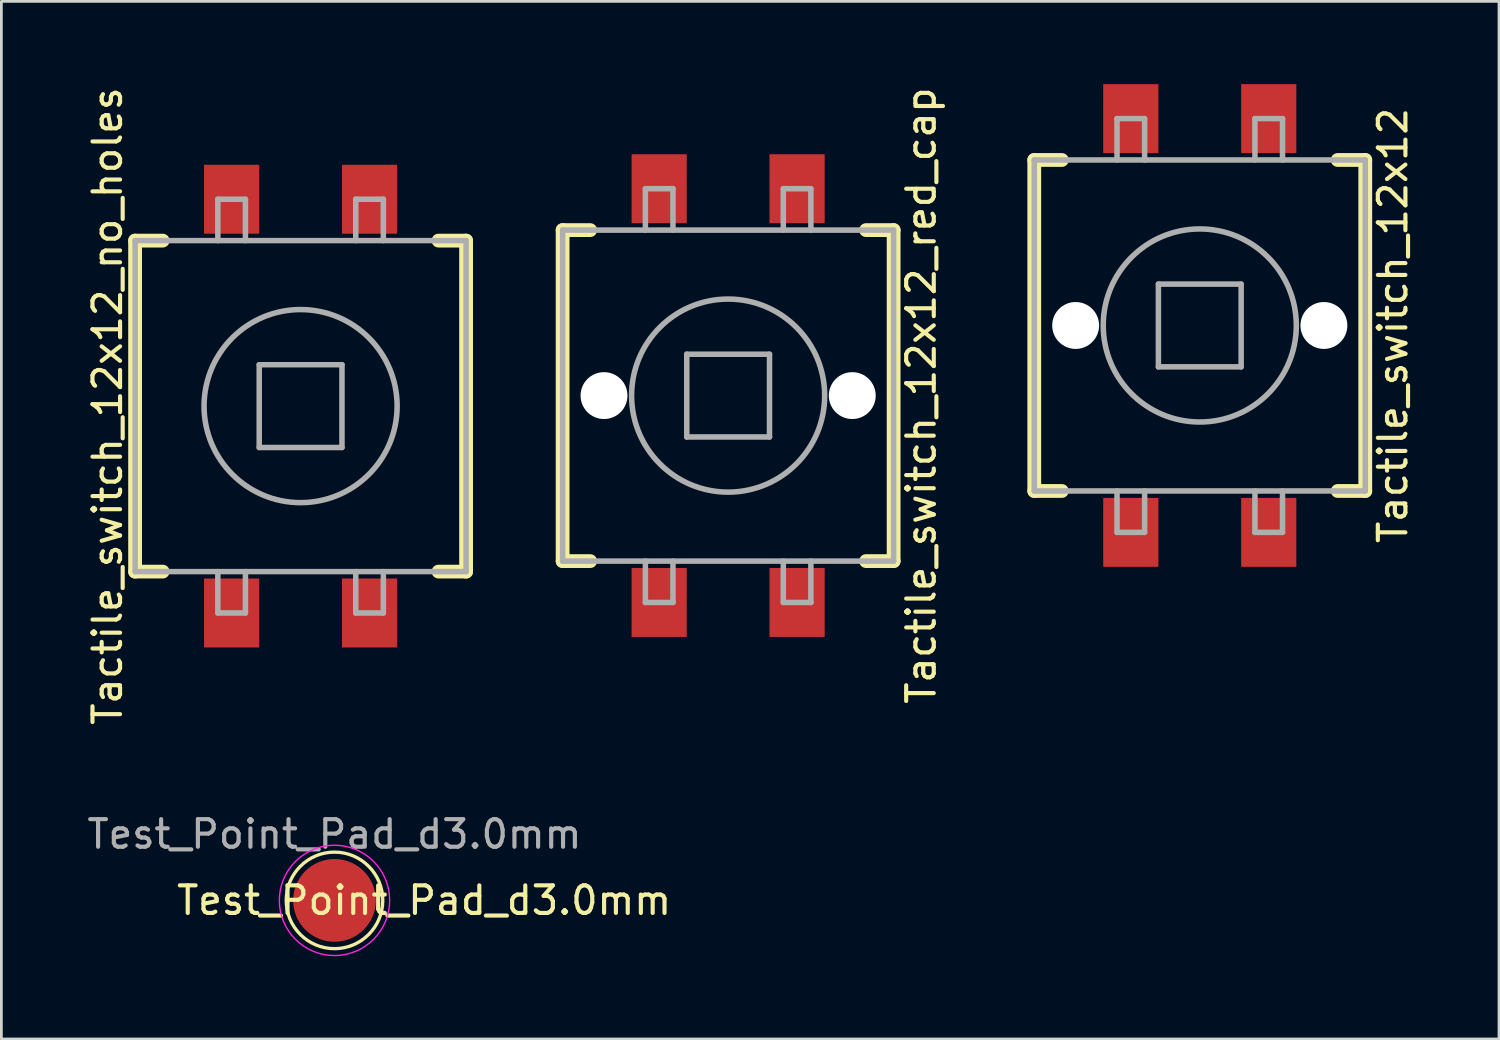
<source format=kicad_pcb>
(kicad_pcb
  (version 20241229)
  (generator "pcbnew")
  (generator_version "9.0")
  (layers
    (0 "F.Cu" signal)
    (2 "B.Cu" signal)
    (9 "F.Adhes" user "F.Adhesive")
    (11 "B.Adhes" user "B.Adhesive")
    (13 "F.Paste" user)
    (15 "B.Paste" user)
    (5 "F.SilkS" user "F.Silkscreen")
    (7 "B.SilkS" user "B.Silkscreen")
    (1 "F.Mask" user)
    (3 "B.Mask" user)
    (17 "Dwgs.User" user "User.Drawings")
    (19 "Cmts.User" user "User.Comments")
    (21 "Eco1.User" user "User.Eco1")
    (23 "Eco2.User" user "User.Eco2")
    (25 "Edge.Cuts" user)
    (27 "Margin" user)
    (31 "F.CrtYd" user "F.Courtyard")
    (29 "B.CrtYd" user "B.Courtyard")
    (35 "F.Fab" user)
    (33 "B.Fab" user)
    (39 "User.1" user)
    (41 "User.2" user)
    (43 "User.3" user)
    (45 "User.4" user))
  (footprint "Tactile_switch_12x12_no_holes"
    (layer "F.Cu")
    (at 7.848 11.673)
    (property "Reference" "Tactile_switch_12x12_no_holes" (at -7 0 90) (layer "F.SilkS") (effects (font (size 1 1) (thickness 0.15))))
    (attr through_hole)
    (fp_line (start -6 -6) (end -6 6) (stroke (width 0.5) (type solid)) (layer "F.SilkS"))
    (fp_line (start -6 -6) (end -5 -6) (stroke (width 0.5) (type solid)) (layer "F.SilkS"))
    (fp_line (start -6 6) (end -5 6) (stroke (width 0.5) (type solid)) (layer "F.SilkS"))
    (fp_line (start 5 -6) (end 6 -6) (stroke (width 0.5) (type solid)) (layer "F.SilkS"))
    (fp_line (start 6 -6) (end 6 6) (stroke (width 0.5) (type solid)) (layer "F.SilkS"))
    (fp_line (start 6 6) (end 5 6) (stroke (width 0.5) (type solid)) (layer "F.SilkS"))
    (fp_line (start -6 -6) (end 6 -6) (stroke (width 0.2) (type solid)) (layer "F.Fab"))
    (fp_line (start -6 6) (end -6 -6) (stroke (width 0.2) (type solid)) (layer "F.Fab"))
    (fp_line (start -3 -7.5) (end -2 -7.5) (stroke (width 0.2) (type solid)) (layer "F.Fab"))
    (fp_line (start -3 -6) (end -3 -7.5) (stroke (width 0.2) (type solid)) (layer "F.Fab"))
    (fp_line (start -3 7.5) (end -3 6) (stroke (width 0.2) (type solid)) (layer "F.Fab"))
    (fp_line (start -2 -7.5) (end -2 -6) (stroke (width 0.2) (type solid)) (layer "F.Fab"))
    (fp_line (start -2 6) (end -2 7.5) (stroke (width 0.2) (type solid)) (layer "F.Fab"))
    (fp_line (start -2 7.5) (end -3 7.5) (stroke (width 0.2) (type solid)) (layer "F.Fab"))
    (fp_line (start -1.5 -1.5) (end 1.5 -1.5) (stroke (width 0.2) (type solid)) (layer "F.Fab"))
    (fp_line (start -1.5 1.5) (end -1.5 -1.5) (stroke (width 0.2) (type solid)) (layer "F.Fab"))
    (fp_line (start 1.5 -1.5) (end 1.5 1.5) (stroke (width 0.2) (type solid)) (layer "F.Fab"))
    (fp_line (start 1.5 1.5) (end -1.5 1.5) (stroke (width 0.2) (type solid)) (layer "F.Fab"))
    (fp_line (start 2 -7.5) (end 3 -7.5) (stroke (width 0.2) (type solid)) (layer "F.Fab"))
    (fp_line (start 2 -6) (end 2 -7.5) (stroke (width 0.2) (type solid)) (layer "F.Fab"))
    (fp_line (start 2 7.5) (end 2 6) (stroke (width 0.2) (type solid)) (layer "F.Fab"))
    (fp_line (start 3 -7.5) (end 3 -6) (stroke (width 0.2) (type solid)) (layer "F.Fab"))
    (fp_line (start 3 6) (end 3 7.5) (stroke (width 0.2) (type solid)) (layer "F.Fab"))
    (fp_line (start 3 7.5) (end 2 7.5) (stroke (width 0.2) (type solid)) (layer "F.Fab"))
    (fp_line (start 6 -6) (end 6 6) (stroke (width 0.2) (type solid)) (layer "F.Fab"))
    (fp_line (start 6 6) (end -6 6) (stroke (width 0.2) (type solid)) (layer "F.Fab"))
    (fp_circle (center 0 0) (end 0 -3.5) (stroke (width 0.2) (type solid)) (fill no) (layer "F.Fab"))
    (pad "1" smd rect (at -2.5 7.5) (size 2 2.5) (layers "F.Cu" "F.Mask" "F.Paste"))
    (pad "2" smd rect (at 2.5 7.5) (size 2 2.5) (layers "F.Cu" "F.Mask" "F.Paste"))
    (pad "3" smd rect (at 2.5 -7.5) (size 2 2.5) (layers "F.Cu" "F.Mask" "F.Paste"))
    (pad "4" smd rect (at -2.5 -7.5) (size 2 2.5) (layers "F.Cu" "F.Mask" "F.Paste")))
  (footprint "Tactile_switch_12x12"
    (layer "F.Cu")
    (at 40.447 8.75)
    (property "Reference" "Tactile_switch_12x12" (at 7 0 90) (layer "F.SilkS") (effects (font (size 1 1) (thickness 0.15))))
    (attr through_hole)
    (fp_line (start -6 -6) (end -6 6) (stroke (width 0.5) (type solid)) (layer "F.SilkS"))
    (fp_line (start -6 -6) (end -5 -6) (stroke (width 0.5) (type solid)) (layer "F.SilkS"))
    (fp_line (start -6 6) (end -5 6) (stroke (width 0.5) (type solid)) (layer "F.SilkS"))
    (fp_line (start 5 -6) (end 6 -6) (stroke (width 0.5) (type solid)) (layer "F.SilkS"))
    (fp_line (start 6 -6) (end 6 6) (stroke (width 0.5) (type solid)) (layer "F.SilkS"))
    (fp_line (start 6 6) (end 5 6) (stroke (width 0.5) (type solid)) (layer "F.SilkS"))
    (fp_line (start -6 -6) (end 6 -6) (stroke (width 0.2) (type solid)) (layer "F.Fab"))
    (fp_line (start -6 6) (end -6 -6) (stroke (width 0.2) (type solid)) (layer "F.Fab"))
    (fp_line (start -3 -7.5) (end -2 -7.5) (stroke (width 0.2) (type solid)) (layer "F.Fab"))
    (fp_line (start -3 -6) (end -3 -7.5) (stroke (width 0.2) (type solid)) (layer "F.Fab"))
    (fp_line (start -3 7.5) (end -3 6) (stroke (width 0.2) (type solid)) (layer "F.Fab"))
    (fp_line (start -2 -7.5) (end -2 -6) (stroke (width 0.2) (type solid)) (layer "F.Fab"))
    (fp_line (start -2 6) (end -2 7.5) (stroke (width 0.2) (type solid)) (layer "F.Fab"))
    (fp_line (start -2 7.5) (end -3 7.5) (stroke (width 0.2) (type solid)) (layer "F.Fab"))
    (fp_line (start -1.5 -1.5) (end 1.5 -1.5) (stroke (width 0.2) (type solid)) (layer "F.Fab"))
    (fp_line (start -1.5 1.5) (end -1.5 -1.5) (stroke (width 0.2) (type solid)) (layer "F.Fab"))
    (fp_line (start 1.5 -1.5) (end 1.5 1.5) (stroke (width 0.2) (type solid)) (layer "F.Fab"))
    (fp_line (start 1.5 1.5) (end -1.5 1.5) (stroke (width 0.2) (type solid)) (layer "F.Fab"))
    (fp_line (start 2 -7.5) (end 3 -7.5) (stroke (width 0.2) (type solid)) (layer "F.Fab"))
    (fp_line (start 2 -6) (end 2 -7.5) (stroke (width 0.2) (type solid)) (layer "F.Fab"))
    (fp_line (start 2 7.5) (end 2 6) (stroke (width 0.2) (type solid)) (layer "F.Fab"))
    (fp_line (start 3 -7.5) (end 3 -6) (stroke (width 0.2) (type solid)) (layer "F.Fab"))
    (fp_line (start 3 6) (end 3 7.5) (stroke (width 0.2) (type solid)) (layer "F.Fab"))
    (fp_line (start 3 7.5) (end 2 7.5) (stroke (width 0.2) (type solid)) (layer "F.Fab"))
    (fp_line (start 6 -6) (end 6 6) (stroke (width 0.2) (type solid)) (layer "F.Fab"))
    (fp_line (start 6 6) (end -6 6) (stroke (width 0.2) (type solid)) (layer "F.Fab"))
    (fp_circle (center 0 0) (end 0 -3.5) (stroke (width 0.2) (type solid)) (fill no) (layer "F.Fab"))
    (pad "" np_thru_hole circle (at -4.5 0) (size 1.7 1.7) (drill 1.7) (layers "*.Cu" "*.Mask"))
    (pad "" np_thru_hole circle (at 4.5 0) (size 1.7 1.7) (drill 1.7) (layers "*.Cu" "*.Mask"))
    (pad "1" smd rect (at -2.5 7.5) (size 2 2.5) (layers "F.Cu" "F.Mask" "F.Paste"))
    (pad "2" smd rect (at 2.5 7.5) (size 2 2.5) (layers "F.Cu" "F.Mask" "F.Paste"))
    (pad "3" smd rect (at 2.5 -7.5) (size 2 2.5) (layers "F.Cu" "F.Mask" "F.Paste"))
    (pad "4" smd rect (at -2.5 -7.5) (size 2 2.5) (layers "F.Cu" "F.Mask" "F.Paste")))
  (footprint "Tactile_switch_12x12_red_cap"
    (layer "F.Cu")
    (at 23.348 11.292)
    (property "Reference" "Tactile_switch_12x12_red_cap" (at 7 0 90) (layer "F.SilkS") (effects (font (size 1 1) (thickness 0.15))))
    (attr through_hole)
    (fp_line (start -6 -6) (end -6 6) (stroke (width 0.5) (type solid)) (layer "F.SilkS"))
    (fp_line (start -6 -6) (end -5 -6) (stroke (width 0.5) (type solid)) (layer "F.SilkS"))
    (fp_line (start -6 6) (end -5 6) (stroke (width 0.5) (type solid)) (layer "F.SilkS"))
    (fp_line (start 5 -6) (end 6 -6) (stroke (width 0.5) (type solid)) (layer "F.SilkS"))
    (fp_line (start 6 -6) (end 6 6) (stroke (width 0.5) (type solid)) (layer "F.SilkS"))
    (fp_line (start 6 6) (end 5 6) (stroke (width 0.5) (type solid)) (layer "F.SilkS"))
    (fp_line (start -6 -6) (end 6 -6) (stroke (width 0.2) (type solid)) (layer "F.Fab"))
    (fp_line (start -6 6) (end -6 -6) (stroke (width 0.2) (type solid)) (layer "F.Fab"))
    (fp_line (start -3 -7.5) (end -2 -7.5) (stroke (width 0.2) (type solid)) (layer "F.Fab"))
    (fp_line (start -3 -6) (end -3 -7.5) (stroke (width 0.2) (type solid)) (layer "F.Fab"))
    (fp_line (start -3 7.5) (end -3 6) (stroke (width 0.2) (type solid)) (layer "F.Fab"))
    (fp_line (start -2 -7.5) (end -2 -6) (stroke (width 0.2) (type solid)) (layer "F.Fab"))
    (fp_line (start -2 6) (end -2 7.5) (stroke (width 0.2) (type solid)) (layer "F.Fab"))
    (fp_line (start -2 7.5) (end -3 7.5) (stroke (width 0.2) (type solid)) (layer "F.Fab"))
    (fp_line (start -1.5 -1.5) (end 1.5 -1.5) (stroke (width 0.2) (type solid)) (layer "F.Fab"))
    (fp_line (start -1.5 1.5) (end -1.5 -1.5) (stroke (width 0.2) (type solid)) (layer "F.Fab"))
    (fp_line (start 1.5 -1.5) (end 1.5 1.5) (stroke (width 0.2) (type solid)) (layer "F.Fab"))
    (fp_line (start 1.5 1.5) (end -1.5 1.5) (stroke (width 0.2) (type solid)) (layer "F.Fab"))
    (fp_line (start 2 -7.5) (end 3 -7.5) (stroke (width 0.2) (type solid)) (layer "F.Fab"))
    (fp_line (start 2 -6) (end 2 -7.5) (stroke (width 0.2) (type solid)) (layer "F.Fab"))
    (fp_line (start 2 7.5) (end 2 6) (stroke (width 0.2) (type solid)) (layer "F.Fab"))
    (fp_line (start 3 -7.5) (end 3 -6) (stroke (width 0.2) (type solid)) (layer "F.Fab"))
    (fp_line (start 3 6) (end 3 7.5) (stroke (width 0.2) (type solid)) (layer "F.Fab"))
    (fp_line (start 3 7.5) (end 2 7.5) (stroke (width 0.2) (type solid)) (layer "F.Fab"))
    (fp_line (start 6 -6) (end 6 6) (stroke (width 0.2) (type solid)) (layer "F.Fab"))
    (fp_line (start 6 6) (end -6 6) (stroke (width 0.2) (type solid)) (layer "F.Fab"))
    (fp_circle (center 0 0) (end 0 -3.5) (stroke (width 0.2) (type solid)) (fill no) (layer "F.Fab"))
    (pad "" np_thru_hole circle (at -4.5 0) (size 1.7 1.7) (drill 1.7) (layers "*.Cu" "*.Mask"))
    (pad "" np_thru_hole circle (at 4.5 0) (size 1.7 1.7) (drill 1.7) (layers "*.Cu" "*.Mask"))
    (pad "1" smd rect (at -2.5 7.5) (size 2 2.5) (layers "F.Cu" "F.Mask" "F.Paste"))
    (pad "2" smd rect (at 2.5 7.5) (size 2 2.5) (layers "F.Cu" "F.Mask" "F.Paste"))
    (pad "3" smd rect (at 2.5 -7.5) (size 2 2.5) (layers "F.Cu" "F.Mask" "F.Paste"))
    (pad "4" smd rect (at -2.5 -7.5) (size 2 2.5) (layers "F.Cu" "F.Mask" "F.Paste")))
  (footprint "Test_Point_Pad_d3.0mm"
    (layer "F.Cu")
    (at 9.077 29.593)
    (property "Reference" "Test_Point_Pad_d3.0mm" (at 3.25 0 0) (layer "F.SilkS") (effects (font (size 1 1) (thickness 0.15))))
    (attr exclude_from_pos_files exclude_from_bom)
    (fp_circle (center 0 0) (end 0 1.75) (stroke (width 0.12) (type solid)) (fill no) (layer "F.SilkS"))
    (fp_circle (center 0 0) (end 2 0) (stroke (width 0.05) (type solid)) (fill no) (layer "F.CrtYd"))
    (fp_text user "${REFERENCE}" (at 0 -2.4 0) (layer "F.Fab") (effects (font (size 1 1) (thickness 0.15))))
    (pad "1" smd circle (at 0 0) (size 3 3) (layers "F.Cu" "F.Mask")))
  (gr_rect
    (start -3 -3)
    (end 51.295 34.618)
    (stroke (width 0.1) (type default))
    (fill no)
    (layer "Edge.Cuts")))
</source>
